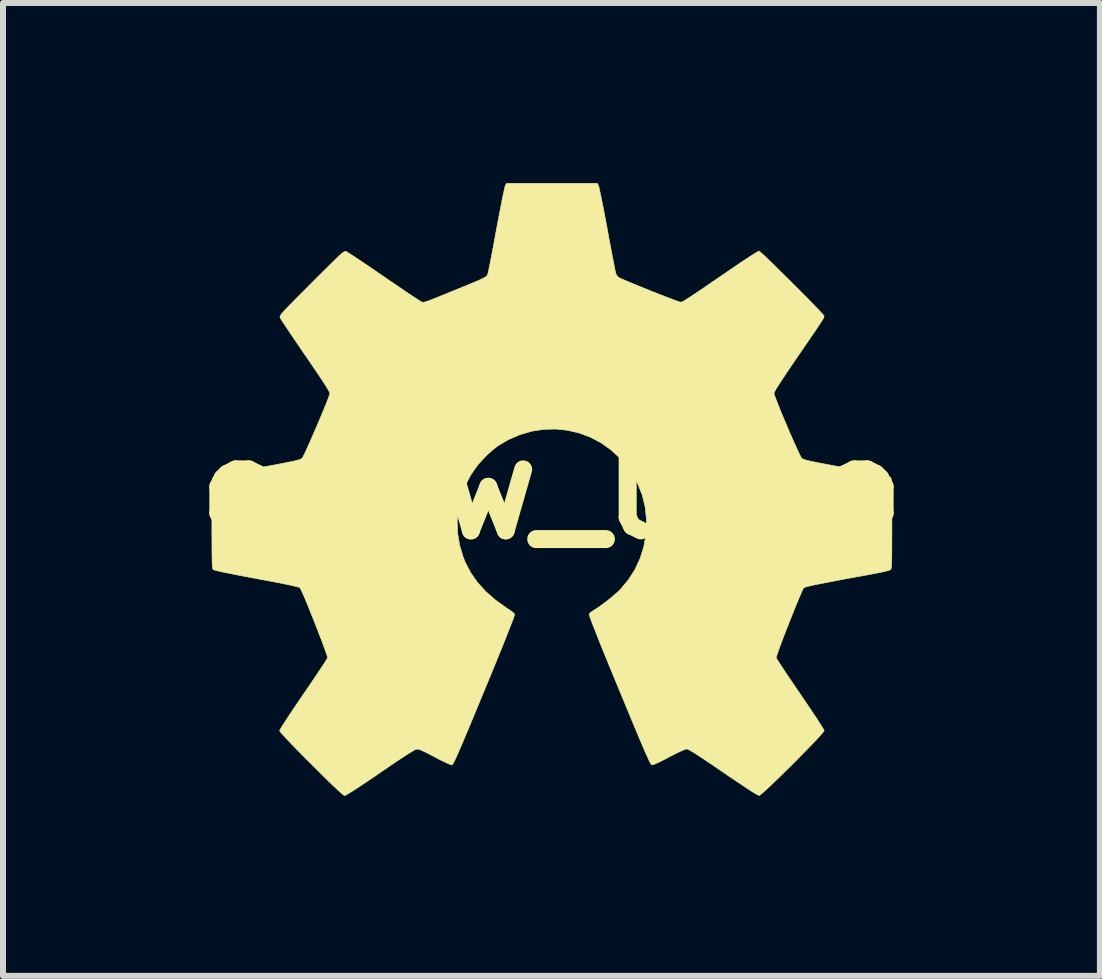
<source format=kicad_pcb>
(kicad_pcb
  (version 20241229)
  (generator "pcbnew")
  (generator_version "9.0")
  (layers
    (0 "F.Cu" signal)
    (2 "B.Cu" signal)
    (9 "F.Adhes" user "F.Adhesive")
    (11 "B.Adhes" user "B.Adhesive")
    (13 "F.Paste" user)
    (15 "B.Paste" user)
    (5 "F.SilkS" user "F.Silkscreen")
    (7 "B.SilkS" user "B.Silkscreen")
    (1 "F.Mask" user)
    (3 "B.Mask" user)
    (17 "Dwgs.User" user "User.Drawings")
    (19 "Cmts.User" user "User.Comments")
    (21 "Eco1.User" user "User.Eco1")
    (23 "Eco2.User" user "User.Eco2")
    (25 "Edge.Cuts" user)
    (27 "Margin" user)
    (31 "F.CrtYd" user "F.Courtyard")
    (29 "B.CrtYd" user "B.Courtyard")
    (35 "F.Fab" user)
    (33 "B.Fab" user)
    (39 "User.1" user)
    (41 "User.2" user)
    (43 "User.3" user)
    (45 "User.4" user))
  (footprint "oshw_logo"
    (layer "F.Cu")
    (at 6.14 5.099)
    (property "Reference" "oshw_logo" (at 0 0 0) (layer "F.SilkS") (effects (font (size 1.524 1.524) (thickness 0.3))))
    (attr through_hole)
    (fp_poly (pts (xy 0.781 -5.062) (xy 0.788 -5.043) (xy 0.798 -4.998) (xy 0.813 -4.931) (xy 0.831 -4.844) (xy 0.852 -4.741) (xy 0.875 -4.624) (xy 0.899 -4.495) (xy 0.925 -4.359) (xy 0.931 -4.325) (xy 0.956 -4.186) (xy 0.981 -4.055) (xy 1.004 -3.934) (xy 1.025 -3.827) (xy 1.043 -3.735) (xy 1.057 -3.662) (xy 1.068 -3.61) (xy 1.075 -3.583) (xy 1.076 -3.58) (xy 1.099 -3.544) (xy 1.127 -3.522) (xy 1.162 -3.505) (xy 1.217 -3.481) (xy 1.289 -3.45) (xy 1.374 -3.415) (xy 1.468 -3.377) (xy 1.568 -3.336) (xy 1.67 -3.295) (xy 1.771 -3.255) (xy 1.867 -3.218) (xy 1.955 -3.184) (xy 2.03 -3.155) (xy 2.09 -3.133) (xy 2.131 -3.119) (xy 2.149 -3.114) (xy 2.157 -3.114) (xy 2.166 -3.116) (xy 2.178 -3.12) (xy 2.194 -3.127) (xy 2.215 -3.139) (xy 2.244 -3.157) (xy 2.282 -3.181) (xy 2.331 -3.213) (xy 2.392 -3.254) (xy 2.467 -3.304) (xy 2.558 -3.366) (xy 2.665 -3.44) (xy 2.792 -3.526) (xy 2.94 -3.627) (xy 3.054 -3.705) (xy 3.146 -3.768) (xy 3.232 -3.825) (xy 3.309 -3.875) (xy 3.373 -3.916) (xy 3.421 -3.946) (xy 3.451 -3.962) (xy 3.459 -3.965) (xy 3.473 -3.956) (xy 3.504 -3.928) (xy 3.551 -3.885) (xy 3.61 -3.828) (xy 3.681 -3.76) (xy 3.759 -3.683) (xy 3.844 -3.599) (xy 3.933 -3.512) (xy 4.024 -3.421) (xy 4.114 -3.331) (xy 4.201 -3.244) (xy 4.283 -3.161) (xy 4.357 -3.084) (xy 4.422 -3.017) (xy 4.475 -2.961) (xy 4.514 -2.919) (xy 4.536 -2.893) (xy 4.541 -2.886) (xy 4.542 -2.879) (xy 4.542 -2.871) (xy 4.539 -2.861) (xy 4.532 -2.845) (xy 4.519 -2.823) (xy 4.5 -2.793) (xy 4.474 -2.752) (xy 4.438 -2.699) (xy 4.393 -2.631) (xy 4.335 -2.547) (xy 4.266 -2.446) (xy 4.182 -2.324) (xy 4.112 -2.221) (xy 4.01 -2.072) (xy 3.924 -1.945) (xy 3.853 -1.839) (xy 3.797 -1.753) (xy 3.755 -1.687) (xy 3.727 -1.638) (xy 3.712 -1.607) (xy 3.708 -1.595) (xy 3.713 -1.572) (xy 3.729 -1.528) (xy 3.753 -1.465) (xy 3.784 -1.387) (xy 3.82 -1.296) (xy 3.861 -1.198) (xy 3.905 -1.095) (xy 3.949 -0.99) (xy 3.994 -0.887) (xy 4.036 -0.79) (xy 4.076 -0.703) (xy 4.11 -0.627) (xy 4.139 -0.568) (xy 4.159 -0.529) (xy 4.169 -0.514) (xy 4.178 -0.506) (xy 4.192 -0.498) (xy 4.213 -0.49) (xy 4.244 -0.481) (xy 4.286 -0.47) (xy 4.343 -0.458) (xy 4.416 -0.443) (xy 4.508 -0.425) (xy 4.622 -0.404) (xy 4.758 -0.378) (xy 4.911 -0.35) (xy 5.082 -0.318) (xy 5.227 -0.291) (xy 5.347 -0.267) (xy 5.445 -0.248) (xy 5.522 -0.231) (xy 5.579 -0.218) (xy 5.618 -0.207) (xy 5.641 -0.199) (xy 5.648 -0.194) (xy 5.653 -0.187) (xy 5.658 -0.176) (xy 5.662 -0.159) (xy 5.665 -0.134) (xy 5.667 -0.099) (xy 5.669 -0.05) (xy 5.671 0.014) (xy 5.672 0.096) (xy 5.672 0.197) (xy 5.673 0.32) (xy 5.673 0.468) (xy 5.673 0.576) (xy 5.673 0.741) (xy 5.672 0.88) (xy 5.672 0.995) (xy 5.671 1.089) (xy 5.67 1.163) (xy 5.669 1.221) (xy 5.667 1.265) (xy 5.664 1.296) (xy 5.661 1.318) (xy 5.656 1.331) (xy 5.652 1.34) (xy 5.648 1.344) (xy 5.625 1.354) (xy 5.58 1.367) (xy 5.515 1.383) (xy 5.435 1.399) (xy 5.383 1.409) (xy 5.174 1.448) (xy 4.99 1.481) (xy 4.831 1.511) (xy 4.694 1.537) (xy 4.578 1.559) (xy 4.482 1.578) (xy 4.403 1.593) (xy 4.34 1.607) (xy 4.291 1.618) (xy 4.255 1.627) (xy 4.23 1.635) (xy 4.213 1.641) (xy 4.204 1.647) (xy 4.204 1.648) (xy 4.192 1.668) (xy 4.172 1.71) (xy 4.145 1.772) (xy 4.112 1.85) (xy 4.074 1.941) (xy 4.034 2.04) (xy 3.992 2.146) (xy 3.949 2.254) (xy 3.907 2.362) (xy 3.867 2.465) (xy 3.831 2.561) (xy 3.799 2.647) (xy 3.774 2.718) (xy 3.756 2.772) (xy 3.746 2.805) (xy 3.745 2.814) (xy 3.754 2.831) (xy 3.778 2.869) (xy 3.815 2.926) (xy 3.863 2.998) (xy 3.92 3.085) (xy 3.986 3.183) (xy 4.059 3.29) (xy 4.137 3.404) (xy 4.148 3.42) (xy 4.226 3.535) (xy 4.299 3.643) (xy 4.365 3.742) (xy 4.424 3.83) (xy 4.472 3.905) (xy 4.509 3.964) (xy 4.534 4.005) (xy 4.544 4.026) (xy 4.544 4.027) (xy 4.534 4.044) (xy 4.506 4.078) (xy 4.462 4.127) (xy 4.405 4.189) (xy 4.336 4.261) (xy 4.259 4.341) (xy 4.174 4.427) (xy 4.086 4.516) (xy 3.995 4.607) (xy 3.904 4.697) (xy 3.816 4.784) (xy 3.732 4.865) (xy 3.656 4.938) (xy 3.589 5.001) (xy 3.533 5.051) (xy 3.491 5.087) (xy 3.465 5.106) (xy 3.46 5.108) (xy 3.441 5.1) (xy 3.4 5.077) (xy 3.34 5.04) (xy 3.262 4.99) (xy 3.168 4.927) (xy 3.059 4.854) (xy 2.937 4.772) (xy 2.861 4.72) (xy 2.723 4.625) (xy 2.605 4.546) (xy 2.508 4.481) (xy 2.428 4.429) (xy 2.366 4.389) (xy 2.318 4.361) (xy 2.284 4.342) (xy 2.262 4.333) (xy 2.253 4.332) (xy 2.225 4.339) (xy 2.174 4.36) (xy 2.105 4.392) (xy 2.018 4.436) (xy 1.959 4.467) (xy 1.869 4.514) (xy 1.793 4.552) (xy 1.733 4.579) (xy 1.692 4.595) (xy 1.675 4.598) (xy 1.669 4.594) (xy 1.661 4.585) (xy 1.65 4.569) (xy 1.636 4.544) (xy 1.619 4.508) (xy 1.597 4.46) (xy 1.57 4.4) (xy 1.537 4.324) (xy 1.497 4.232) (xy 1.451 4.122) (xy 1.397 3.993) (xy 1.334 3.843) (xy 1.263 3.671) (xy 1.182 3.475) (xy 1.132 3.354) (xy 1.032 3.113) (xy 0.944 2.898) (xy 0.866 2.707) (xy 0.799 2.542) (xy 0.744 2.402) (xy 0.699 2.288) (xy 0.665 2.199) (xy 0.642 2.136) (xy 0.63 2.099) (xy 0.628 2.088) (xy 0.645 2.065) (xy 0.678 2.038) (xy 0.703 2.022) (xy 0.778 1.974) (xy 0.864 1.912) (xy 0.954 1.844) (xy 1.039 1.773) (xy 1.113 1.708) (xy 1.148 1.674) (xy 1.28 1.516) (xy 1.391 1.343) (xy 1.477 1.157) (xy 1.539 0.96) (xy 1.575 0.757) (xy 1.578 0.723) (xy 1.583 0.507) (xy 1.561 0.299) (xy 1.512 0.099) (xy 1.436 -0.092) (xy 1.335 -0.273) (xy 1.208 -0.442) (xy 1.146 -0.511) (xy 0.991 -0.653) (xy 0.824 -0.771) (xy 0.646 -0.865) (xy 0.459 -0.934) (xy 0.266 -0.979) (xy 0.069 -0.999) (xy -0.13 -0.994) (xy -0.328 -0.963) (xy -0.524 -0.906) (xy -0.715 -0.824) (xy -0.882 -0.727) (xy -0.928 -0.693) (xy -0.985 -0.646) (xy -1.046 -0.593) (xy -1.089 -0.553) (xy -1.23 -0.399) (xy -1.347 -0.231) (xy -1.44 -0.051) (xy -1.509 0.138) (xy -1.553 0.333) (xy -1.571 0.534) (xy -1.564 0.737) (xy -1.53 0.94) (xy -1.469 1.142) (xy -1.439 1.216) (xy -1.35 1.389) (xy -1.235 1.554) (xy -1.094 1.71) (xy -0.928 1.855) (xy -0.739 1.99) (xy -0.696 2.017) (xy -0.655 2.045) (xy -0.625 2.072) (xy -0.614 2.088) (xy -0.618 2.106) (xy -0.632 2.15) (xy -0.658 2.218) (xy -0.694 2.311) (xy -0.74 2.428) (xy -0.796 2.568) (xy -0.862 2.731) (xy -0.937 2.916) (xy -1.022 3.123) (xy -1.116 3.351) (xy -1.118 3.354) (xy -1.205 3.565) (xy -1.282 3.751) (xy -1.35 3.914) (xy -1.409 4.055) (xy -1.46 4.176) (xy -1.503 4.278) (xy -1.54 4.363) (xy -1.57 4.432) (xy -1.595 4.487) (xy -1.615 4.528) (xy -1.631 4.559) (xy -1.643 4.58) (xy -1.652 4.592) (xy -1.659 4.597) (xy -1.66 4.598) (xy -1.683 4.592) (xy -1.726 4.575) (xy -1.787 4.546) (xy -1.863 4.509) (xy -1.946 4.465) (xy -2.037 4.417) (xy -2.107 4.382) (xy -2.16 4.357) (xy -2.198 4.342) (xy -2.226 4.335) (xy -2.247 4.335) (xy -2.269 4.343) (xy -2.31 4.365) (xy -2.37 4.402) (xy -2.45 4.453) (xy -2.551 4.519) (xy -2.672 4.601) (xy -2.816 4.699) (xy -2.852 4.724) (xy -2.984 4.814) (xy -3.103 4.894) (xy -3.206 4.963) (xy -3.293 5.02) (xy -3.362 5.063) (xy -3.411 5.092) (xy -3.44 5.107) (xy -3.445 5.108) (xy -3.458 5.103) (xy -3.482 5.086) (xy -3.517 5.056) (xy -3.564 5.013) (xy -3.626 4.955) (xy -3.703 4.881) (xy -3.796 4.789) (xy -3.906 4.68) (xy -4.004 4.582) (xy -4.138 4.448) (xy -4.251 4.333) (xy -4.345 4.236) (xy -4.42 4.158) (xy -4.475 4.098) (xy -4.511 4.057) (xy -4.528 4.032) (xy -4.53 4.027) (xy -4.522 4.01) (xy -4.5 3.972) (xy -4.464 3.915) (xy -4.417 3.843) (xy -4.361 3.756) (xy -4.295 3.658) (xy -4.223 3.551) (xy -4.146 3.438) (xy -4.134 3.42) (xy -4.056 3.306) (xy -3.982 3.198) (xy -3.915 3.098) (xy -3.856 3.01) (xy -3.807 2.935) (xy -3.768 2.876) (xy -3.743 2.835) (xy -3.731 2.815) (xy -3.731 2.814) (xy -3.734 2.795) (xy -3.747 2.753) (xy -3.769 2.692) (xy -3.797 2.615) (xy -3.83 2.525) (xy -3.868 2.426) (xy -3.909 2.32) (xy -3.951 2.212) (xy -3.994 2.105) (xy -4.036 2.001) (xy -4.075 1.904) (xy -4.111 1.818) (xy -4.142 1.746) (xy -4.167 1.691) (xy -4.184 1.657) (xy -4.19 1.648) (xy -4.202 1.64) (xy -4.229 1.631) (xy -4.273 1.62) (xy -4.334 1.606) (xy -4.415 1.589) (xy -4.517 1.568) (xy -4.642 1.544) (xy -4.792 1.516) (xy -4.911 1.494) (xy -5.08 1.462) (xy -5.229 1.434) (xy -5.357 1.408) (xy -5.462 1.387) (xy -5.543 1.369) (xy -5.599 1.355) (xy -5.63 1.346) (xy -5.634 1.343) (xy -5.639 1.337) (xy -5.644 1.327) (xy -5.648 1.311) (xy -5.651 1.286) (xy -5.653 1.251) (xy -5.655 1.202) (xy -5.656 1.139) (xy -5.657 1.057) (xy -5.658 0.956) (xy -5.658 0.833) (xy -5.659 0.685) (xy -5.659 0.579) (xy -5.658 0.408) (xy -5.658 0.263) (xy -5.657 0.143) (xy -5.656 0.045) (xy -5.654 -0.033) (xy -5.652 -0.093) (xy -5.65 -0.137) (xy -5.647 -0.167) (xy -5.643 -0.184) (xy -5.64 -0.189) (xy -5.631 -0.196) (xy -5.61 -0.204) (xy -5.577 -0.214) (xy -5.53 -0.225) (xy -5.465 -0.24) (xy -5.382 -0.257) (xy -5.277 -0.277) (xy -5.151 -0.301) (xy -4.999 -0.33) (xy -4.903 -0.348) (xy -4.741 -0.378) (xy -4.606 -0.403) (xy -4.493 -0.425) (xy -4.401 -0.443) (xy -4.329 -0.458) (xy -4.272 -0.47) (xy -4.229 -0.481) (xy -4.199 -0.49) (xy -4.178 -0.498) (xy -4.164 -0.506) (xy -4.155 -0.513) (xy -4.155 -0.513) (xy -4.142 -0.535) (xy -4.12 -0.578) (xy -4.09 -0.641) (xy -4.055 -0.719) (xy -4.015 -0.808) (xy -3.972 -0.907) (xy -3.927 -1.01) (xy -3.882 -1.114) (xy -3.839 -1.217) (xy -3.799 -1.314) (xy -3.763 -1.402) (xy -3.732 -1.478) (xy -3.71 -1.538) (xy -3.696 -1.578) (xy -3.692 -1.594) (xy -3.699 -1.612) (xy -3.718 -1.648) (xy -3.75 -1.702) (xy -3.796 -1.774) (xy -3.857 -1.867) (xy -3.933 -1.98) (xy -4.024 -2.114) (xy -4.099 -2.223) (xy -4.179 -2.34) (xy -4.254 -2.45) (xy -4.323 -2.552) (xy -4.384 -2.643) (xy -4.436 -2.721) (xy -4.477 -2.783) (xy -4.506 -2.828) (xy -4.52 -2.852) (xy -4.521 -2.854) (xy -4.524 -2.863) (xy -4.524 -2.873) (xy -4.52 -2.885) (xy -4.511 -2.901) (xy -4.494 -2.923) (xy -4.469 -2.952) (xy -4.434 -2.991) (xy -4.387 -3.04) (xy -4.326 -3.102) (xy -4.252 -3.177) (xy -4.16 -3.269) (xy -4.051 -3.378) (xy -3.997 -3.433) (xy -3.88 -3.55) (xy -3.78 -3.649) (xy -3.698 -3.731) (xy -3.63 -3.797) (xy -3.576 -3.85) (xy -3.533 -3.89) (xy -3.5 -3.92) (xy -3.475 -3.94) (xy -3.456 -3.952) (xy -3.442 -3.958) (xy -3.432 -3.96) (xy -3.423 -3.958) (xy -3.419 -3.956) (xy -3.4 -3.946) (xy -3.36 -3.92) (xy -3.301 -3.882) (xy -3.227 -3.833) (xy -3.139 -3.774) (xy -3.039 -3.707) (xy -2.931 -3.633) (xy -2.816 -3.554) (xy -2.791 -3.537) (xy -2.675 -3.457) (xy -2.565 -3.383) (xy -2.464 -3.314) (xy -2.374 -3.253) (xy -2.297 -3.202) (xy -2.236 -3.162) (xy -2.192 -3.134) (xy -2.169 -3.12) (xy -2.167 -3.119) (xy -2.156 -3.115) (xy -2.146 -3.112) (xy -2.133 -3.112) (xy -2.114 -3.115) (xy -2.089 -3.123) (xy -2.053 -3.135) (xy -2.004 -3.153) (xy -1.941 -3.178) (xy -1.859 -3.211) (xy -1.757 -3.253) (xy -1.632 -3.304) (xy -1.602 -3.316) (xy -1.471 -3.369) (xy -1.365 -3.413) (xy -1.279 -3.449) (xy -1.212 -3.477) (xy -1.162 -3.5) (xy -1.125 -3.519) (xy -1.099 -3.534) (xy -1.082 -3.547) (xy -1.072 -3.558) (xy -1.065 -3.571) (xy -1.061 -3.58) (xy -1.056 -3.601) (xy -1.046 -3.648) (xy -1.032 -3.716) (xy -1.015 -3.804) (xy -0.995 -3.908) (xy -0.972 -4.026) (xy -0.948 -4.155) (xy -0.923 -4.293) (xy -0.917 -4.325) (xy -0.891 -4.463) (xy -0.866 -4.594) (xy -0.843 -4.714) (xy -0.822 -4.821) (xy -0.803 -4.912) (xy -0.787 -4.984) (xy -0.776 -5.034) (xy -0.768 -5.06) (xy -0.767 -5.062) (xy -0.747 -5.094) (xy 0.761 -5.094) (xy 0.781 -5.062)) (stroke (width 0.01) (type solid)) (fill yes) (layer "F.SilkS")))
  (gr_rect
    (start -3 -3)
    (end 15.279 13.212)
    (stroke (width 0.1) (type default))
    (fill no)
    (layer "Edge.Cuts")))
</source>
